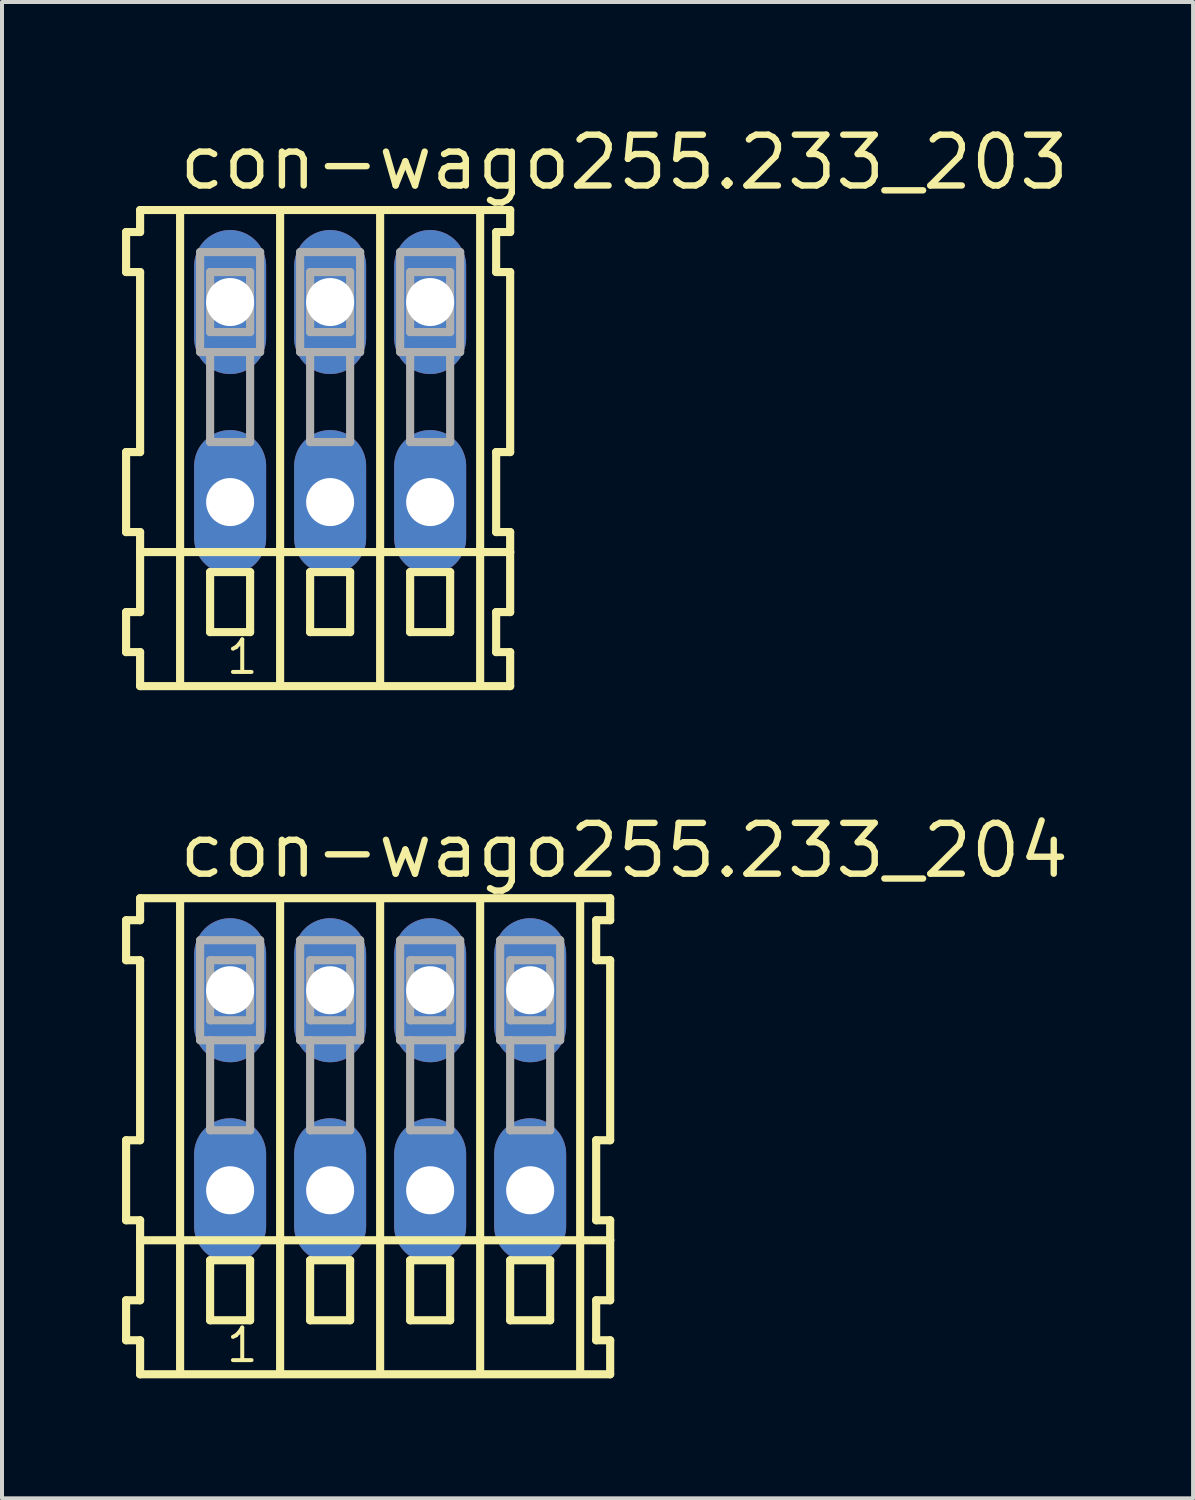
<source format=kicad_pcb>
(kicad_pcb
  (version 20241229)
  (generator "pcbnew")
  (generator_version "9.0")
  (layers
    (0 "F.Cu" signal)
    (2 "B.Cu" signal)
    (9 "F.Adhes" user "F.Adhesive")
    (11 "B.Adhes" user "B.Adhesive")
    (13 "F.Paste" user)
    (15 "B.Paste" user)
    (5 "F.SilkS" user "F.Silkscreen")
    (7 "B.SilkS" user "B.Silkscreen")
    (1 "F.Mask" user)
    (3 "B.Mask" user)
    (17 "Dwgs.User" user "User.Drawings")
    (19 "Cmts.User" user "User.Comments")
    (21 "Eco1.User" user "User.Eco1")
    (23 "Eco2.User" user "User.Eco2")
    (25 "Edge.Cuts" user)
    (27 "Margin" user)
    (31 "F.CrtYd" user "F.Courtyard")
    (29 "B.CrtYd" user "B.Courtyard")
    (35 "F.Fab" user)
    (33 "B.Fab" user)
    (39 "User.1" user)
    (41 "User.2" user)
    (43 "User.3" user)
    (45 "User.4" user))
  (footprint "con-wago255.233_203"
    (layer "F.Cu")
    (at 5.202 7)
    (property "Reference" "con-wago255.233_203" (at -3.85 -5.25 0) (layer "F.SilkS") (effects (font (size 1.27 1.27) (thickness 0.16)) (justify left bottom)))
    (attr through_hole)
    (fp_line (start -5.1 -4.25) (end -5.1 -3.25) (stroke (width 0.203) (type default)) (layer "F.SilkS"))
    (fp_line (start -5.1 -3.25) (end -4.75 -3.25) (stroke (width 0.203) (type default)) (layer "F.SilkS"))
    (fp_line (start -5.1 1.25) (end -5.1 3.25) (stroke (width 0.203) (type default)) (layer "F.SilkS"))
    (fp_line (start -5.1 3.25) (end -4.75 3.25) (stroke (width 0.203) (type default)) (layer "F.SilkS"))
    (fp_line (start -5.1 5.25) (end -5.1 6.25) (stroke (width 0.203) (type default)) (layer "F.SilkS"))
    (fp_line (start -5.1 6.25) (end -4.75 6.25) (stroke (width 0.203) (type default)) (layer "F.SilkS"))
    (fp_line (start -4.75 -4.8) (end -4.75 -4.25) (stroke (width 0.203) (type default)) (layer "F.SilkS"))
    (fp_line (start -4.75 -4.25) (end -5.1 -4.25) (stroke (width 0.203) (type default)) (layer "F.SilkS"))
    (fp_line (start -4.75 -3.25) (end -4.75 1.25) (stroke (width 0.203) (type default)) (layer "F.SilkS"))
    (fp_line (start -4.75 1.25) (end -5.1 1.25) (stroke (width 0.203) (type default)) (layer "F.SilkS"))
    (fp_line (start -4.75 3.25) (end -4.75 5.25) (stroke (width 0.203) (type default)) (layer "F.SilkS"))
    (fp_line (start -4.75 3.75) (end 4.5 3.75) (stroke (width 0.203) (type default)) (layer "F.SilkS"))
    (fp_line (start -4.75 5.25) (end -5.1 5.25) (stroke (width 0.203) (type default)) (layer "F.SilkS"))
    (fp_line (start -4.75 6.25) (end -4.75 7.1) (stroke (width 0.203) (type default)) (layer "F.SilkS"))
    (fp_line (start -4.75 7.1) (end 4.5 7.1) (stroke (width 0.203) (type default)) (layer "F.SilkS"))
    (fp_line (start -3.75 -4.75) (end -3.75 7) (stroke (width 0.203) (type default)) (layer "F.SilkS"))
    (fp_line (start -3 4.25) (end -3 5.75) (stroke (width 0.203) (type default)) (layer "F.SilkS"))
    (fp_line (start -3 5.75) (end -2 5.75) (stroke (width 0.203) (type default)) (layer "F.SilkS"))
    (fp_line (start -2 4.25) (end -3 4.25) (stroke (width 0.203) (type default)) (layer "F.SilkS"))
    (fp_line (start -2 5.75) (end -2 4.25) (stroke (width 0.203) (type default)) (layer "F.SilkS"))
    (fp_line (start -1.25 -4.75) (end -1.25 7) (stroke (width 0.203) (type default)) (layer "F.SilkS"))
    (fp_line (start -0.5 4.25) (end -0.5 5.75) (stroke (width 0.203) (type default)) (layer "F.SilkS"))
    (fp_line (start -0.5 5.75) (end 0.5 5.75) (stroke (width 0.203) (type default)) (layer "F.SilkS"))
    (fp_line (start 0.5 4.25) (end -0.5 4.25) (stroke (width 0.203) (type default)) (layer "F.SilkS"))
    (fp_line (start 0.5 5.75) (end 0.5 4.25) (stroke (width 0.203) (type default)) (layer "F.SilkS"))
    (fp_line (start 1.25 -4.75) (end 1.25 7) (stroke (width 0.203) (type default)) (layer "F.SilkS"))
    (fp_line (start 2 4.25) (end 2 5.75) (stroke (width 0.203) (type default)) (layer "F.SilkS"))
    (fp_line (start 2 5.75) (end 3 5.75) (stroke (width 0.203) (type default)) (layer "F.SilkS"))
    (fp_line (start 3 4.25) (end 2 4.25) (stroke (width 0.203) (type default)) (layer "F.SilkS"))
    (fp_line (start 3 5.75) (end 3 4.25) (stroke (width 0.203) (type default)) (layer "F.SilkS"))
    (fp_line (start 3.75 -4.75) (end 3.75 7) (stroke (width 0.203) (type default)) (layer "F.SilkS"))
    (fp_line (start 4.15 -4.25) (end 4.15 -3.25) (stroke (width 0.203) (type default)) (layer "F.SilkS"))
    (fp_line (start 4.15 -3.25) (end 4.5 -3.25) (stroke (width 0.203) (type default)) (layer "F.SilkS"))
    (fp_line (start 4.15 1.25) (end 4.15 3.25) (stroke (width 0.203) (type default)) (layer "F.SilkS"))
    (fp_line (start 4.15 3.25) (end 4.5 3.25) (stroke (width 0.203) (type default)) (layer "F.SilkS"))
    (fp_line (start 4.15 5.25) (end 4.15 6.25) (stroke (width 0.203) (type default)) (layer "F.SilkS"))
    (fp_line (start 4.15 6.25) (end 4.5 6.25) (stroke (width 0.203) (type default)) (layer "F.SilkS"))
    (fp_line (start 4.5 -4.8) (end -4.75 -4.8) (stroke (width 0.203) (type default)) (layer "F.SilkS"))
    (fp_line (start 4.5 -4.25) (end 4.15 -4.25) (stroke (width 0.203) (type default)) (layer "F.SilkS"))
    (fp_line (start 4.5 -4.25) (end 4.5 -4.8) (stroke (width 0.203) (type default)) (layer "F.SilkS"))
    (fp_line (start 4.5 1.25) (end 4.15 1.25) (stroke (width 0.203) (type default)) (layer "F.SilkS"))
    (fp_line (start 4.5 1.25) (end 4.5 -3.25) (stroke (width 0.203) (type default)) (layer "F.SilkS"))
    (fp_line (start 4.5 3.75) (end 4.5 3.25) (stroke (width 0.203) (type default)) (layer "F.SilkS"))
    (fp_line (start 4.5 5.25) (end 4.15 5.25) (stroke (width 0.203) (type default)) (layer "F.SilkS"))
    (fp_line (start 4.5 5.25) (end 4.5 3.75) (stroke (width 0.203) (type default)) (layer "F.SilkS"))
    (fp_line (start 4.5 7.1) (end 4.5 6.25) (stroke (width 0.203) (type default)) (layer "F.SilkS"))
    (fp_line (start -3.25 -3.75) (end -3.25 -1.25) (stroke (width 0.203) (type default)) (layer "F.Fab"))
    (fp_line (start -3.25 -1.25) (end -3 -1.25) (stroke (width 0.203) (type default)) (layer "F.Fab"))
    (fp_line (start -3 -3.25) (end -3 -1.75) (stroke (width 0.203) (type default)) (layer "F.Fab"))
    (fp_line (start -3 -1.75) (end -2 -1.75) (stroke (width 0.203) (type default)) (layer "F.Fab"))
    (fp_line (start -3 -1.25) (end -3 1) (stroke (width 0.203) (type default)) (layer "F.Fab"))
    (fp_line (start -3 -1.25) (end -2 -1.25) (stroke (width 0.203) (type default)) (layer "F.Fab"))
    (fp_line (start -3 1) (end -2 1) (stroke (width 0.203) (type default)) (layer "F.Fab"))
    (fp_line (start -2 -3.25) (end -3 -3.25) (stroke (width 0.203) (type default)) (layer "F.Fab"))
    (fp_line (start -2 -1.75) (end -2 -3.25) (stroke (width 0.203) (type default)) (layer "F.Fab"))
    (fp_line (start -2 -1.25) (end -1.75 -1.25) (stroke (width 0.203) (type default)) (layer "F.Fab"))
    (fp_line (start -2 1) (end -2 -1.25) (stroke (width 0.203) (type default)) (layer "F.Fab"))
    (fp_line (start -1.75 -3.75) (end -3.25 -3.75) (stroke (width 0.203) (type default)) (layer "F.Fab"))
    (fp_line (start -1.75 -1.25) (end -1.75 -3.75) (stroke (width 0.203) (type default)) (layer "F.Fab"))
    (fp_line (start -0.75 -3.75) (end -0.75 -1.25) (stroke (width 0.203) (type default)) (layer "F.Fab"))
    (fp_line (start -0.75 -1.25) (end -0.5 -1.25) (stroke (width 0.203) (type default)) (layer "F.Fab"))
    (fp_line (start -0.5 -3.25) (end -0.5 -1.75) (stroke (width 0.203) (type default)) (layer "F.Fab"))
    (fp_line (start -0.5 -1.75) (end 0.5 -1.75) (stroke (width 0.203) (type default)) (layer "F.Fab"))
    (fp_line (start -0.5 -1.25) (end -0.5 1) (stroke (width 0.203) (type default)) (layer "F.Fab"))
    (fp_line (start -0.5 -1.25) (end 0.5 -1.25) (stroke (width 0.203) (type default)) (layer "F.Fab"))
    (fp_line (start -0.5 1) (end 0.5 1) (stroke (width 0.203) (type default)) (layer "F.Fab"))
    (fp_line (start 0.5 -3.25) (end -0.5 -3.25) (stroke (width 0.203) (type default)) (layer "F.Fab"))
    (fp_line (start 0.5 -1.75) (end 0.5 -3.25) (stroke (width 0.203) (type default)) (layer "F.Fab"))
    (fp_line (start 0.5 -1.25) (end 0.75 -1.25) (stroke (width 0.203) (type default)) (layer "F.Fab"))
    (fp_line (start 0.5 1) (end 0.5 -1.25) (stroke (width 0.203) (type default)) (layer "F.Fab"))
    (fp_line (start 0.75 -3.75) (end -0.75 -3.75) (stroke (width 0.203) (type default)) (layer "F.Fab"))
    (fp_line (start 0.75 -1.25) (end 0.75 -3.75) (stroke (width 0.203) (type default)) (layer "F.Fab"))
    (fp_line (start 1.75 -3.75) (end 1.75 -1.25) (stroke (width 0.203) (type default)) (layer "F.Fab"))
    (fp_line (start 1.75 -1.25) (end 2 -1.25) (stroke (width 0.203) (type default)) (layer "F.Fab"))
    (fp_line (start 2 -3.25) (end 2 -1.75) (stroke (width 0.203) (type default)) (layer "F.Fab"))
    (fp_line (start 2 -1.75) (end 3 -1.75) (stroke (width 0.203) (type default)) (layer "F.Fab"))
    (fp_line (start 2 -1.25) (end 2 1) (stroke (width 0.203) (type default)) (layer "F.Fab"))
    (fp_line (start 2 -1.25) (end 3 -1.25) (stroke (width 0.203) (type default)) (layer "F.Fab"))
    (fp_line (start 2 1) (end 3 1) (stroke (width 0.203) (type default)) (layer "F.Fab"))
    (fp_line (start 3 -3.25) (end 2 -3.25) (stroke (width 0.203) (type default)) (layer "F.Fab"))
    (fp_line (start 3 -1.75) (end 3 -3.25) (stroke (width 0.203) (type default)) (layer "F.Fab"))
    (fp_line (start 3 -1.25) (end 3.25 -1.25) (stroke (width 0.203) (type default)) (layer "F.Fab"))
    (fp_line (start 3 1) (end 3 -1.25) (stroke (width 0.203) (type default)) (layer "F.Fab"))
    (fp_line (start 3.25 -3.75) (end 1.75 -3.75) (stroke (width 0.203) (type default)) (layer "F.Fab"))
    (fp_line (start 3.25 -1.25) (end 3.25 -3.75) (stroke (width 0.203) (type default)) (layer "F.Fab"))
    (fp_text user "1" (at -2.65 6.85 0) (layer "F.SilkS") (effects (font (size 0.813 0.813) (thickness 0.1)) (justify left bottom)))
    (pad "A1" thru_hole oval (at -2.5 -2.5 90) (size 3.6 1.8) (drill 1.2) (layers "*.Cu" "*.Mask"))
    (pad "A2" thru_hole oval (at 0 -2.5 90) (size 3.6 1.8) (drill 1.2) (layers "*.Cu" "*.Mask"))
    (pad "A3" thru_hole oval (at 2.5 -2.5 90) (size 3.6 1.8) (drill 1.2) (layers "*.Cu" "*.Mask"))
    (pad "B1" thru_hole oval (at -2.5 2.5 90) (size 3.6 1.8) (drill 1.2) (layers "*.Cu" "*.Mask"))
    (pad "B2" thru_hole oval (at 0 2.5 90) (size 3.6 1.8) (drill 1.2) (layers "*.Cu" "*.Mask"))
    (pad "B3" thru_hole oval (at 2.5 2.5 90) (size 3.6 1.8) (drill 1.2) (layers "*.Cu" "*.Mask")))
  (footprint "con-wago255.233_204"
    (layer "F.Cu")
    (at 6.452 24.202)
    (property "Reference" "con-wago255.233_204" (at -5.1 -5.25 0) (layer "F.SilkS") (effects (font (size 1.27 1.27) (thickness 0.16)) (justify left bottom)))
    (attr through_hole)
    (fp_line (start -6.35 -4.25) (end -6.35 -3.25) (stroke (width 0.203) (type default)) (layer "F.SilkS"))
    (fp_line (start -6.35 -3.25) (end -6 -3.25) (stroke (width 0.203) (type default)) (layer "F.SilkS"))
    (fp_line (start -6.35 1.25) (end -6.35 3.25) (stroke (width 0.203) (type default)) (layer "F.SilkS"))
    (fp_line (start -6.35 3.25) (end -6 3.25) (stroke (width 0.203) (type default)) (layer "F.SilkS"))
    (fp_line (start -6.35 5.25) (end -6.35 6.25) (stroke (width 0.203) (type default)) (layer "F.SilkS"))
    (fp_line (start -6.35 6.25) (end -6 6.25) (stroke (width 0.203) (type default)) (layer "F.SilkS"))
    (fp_line (start -6 -4.8) (end -6 -4.25) (stroke (width 0.203) (type default)) (layer "F.SilkS"))
    (fp_line (start -6 -4.25) (end -6.35 -4.25) (stroke (width 0.203) (type default)) (layer "F.SilkS"))
    (fp_line (start -6 -3.25) (end -6 1.25) (stroke (width 0.203) (type default)) (layer "F.SilkS"))
    (fp_line (start -6 1.25) (end -6.35 1.25) (stroke (width 0.203) (type default)) (layer "F.SilkS"))
    (fp_line (start -6 3.25) (end -6 5.25) (stroke (width 0.203) (type default)) (layer "F.SilkS"))
    (fp_line (start -6 3.75) (end 5.75 3.75) (stroke (width 0.203) (type default)) (layer "F.SilkS"))
    (fp_line (start -6 5.25) (end -6.35 5.25) (stroke (width 0.203) (type default)) (layer "F.SilkS"))
    (fp_line (start -6 6.25) (end -6 7.1) (stroke (width 0.203) (type default)) (layer "F.SilkS"))
    (fp_line (start -6 7.1) (end 5.75 7.1) (stroke (width 0.203) (type default)) (layer "F.SilkS"))
    (fp_line (start -5 -4.75) (end -5 7) (stroke (width 0.203) (type default)) (layer "F.SilkS"))
    (fp_line (start -4.25 4.25) (end -4.25 5.75) (stroke (width 0.203) (type default)) (layer "F.SilkS"))
    (fp_line (start -4.25 5.75) (end -3.25 5.75) (stroke (width 0.203) (type default)) (layer "F.SilkS"))
    (fp_line (start -3.25 4.25) (end -4.25 4.25) (stroke (width 0.203) (type default)) (layer "F.SilkS"))
    (fp_line (start -3.25 5.75) (end -3.25 4.25) (stroke (width 0.203) (type default)) (layer "F.SilkS"))
    (fp_line (start -2.5 -4.75) (end -2.5 7) (stroke (width 0.203) (type default)) (layer "F.SilkS"))
    (fp_line (start -1.75 4.25) (end -1.75 5.75) (stroke (width 0.203) (type default)) (layer "F.SilkS"))
    (fp_line (start -1.75 5.75) (end -0.75 5.75) (stroke (width 0.203) (type default)) (layer "F.SilkS"))
    (fp_line (start -0.75 4.25) (end -1.75 4.25) (stroke (width 0.203) (type default)) (layer "F.SilkS"))
    (fp_line (start -0.75 5.75) (end -0.75 4.25) (stroke (width 0.203) (type default)) (layer "F.SilkS"))
    (fp_line (start 0 -4.75) (end 0 7) (stroke (width 0.203) (type default)) (layer "F.SilkS"))
    (fp_line (start 0.75 4.25) (end 0.75 5.75) (stroke (width 0.203) (type default)) (layer "F.SilkS"))
    (fp_line (start 0.75 5.75) (end 1.75 5.75) (stroke (width 0.203) (type default)) (layer "F.SilkS"))
    (fp_line (start 1.75 4.25) (end 0.75 4.25) (stroke (width 0.203) (type default)) (layer "F.SilkS"))
    (fp_line (start 1.75 5.75) (end 1.75 4.25) (stroke (width 0.203) (type default)) (layer "F.SilkS"))
    (fp_line (start 2.5 -4.75) (end 2.5 7) (stroke (width 0.203) (type default)) (layer "F.SilkS"))
    (fp_line (start 3.25 4.25) (end 3.25 5.75) (stroke (width 0.203) (type default)) (layer "F.SilkS"))
    (fp_line (start 3.25 5.75) (end 4.25 5.75) (stroke (width 0.203) (type default)) (layer "F.SilkS"))
    (fp_line (start 4.25 4.25) (end 3.25 4.25) (stroke (width 0.203) (type default)) (layer "F.SilkS"))
    (fp_line (start 4.25 5.75) (end 4.25 4.25) (stroke (width 0.203) (type default)) (layer "F.SilkS"))
    (fp_line (start 5 -4.75) (end 5 7) (stroke (width 0.203) (type default)) (layer "F.SilkS"))
    (fp_line (start 5.4 -4.25) (end 5.4 -3.25) (stroke (width 0.203) (type default)) (layer "F.SilkS"))
    (fp_line (start 5.4 -3.25) (end 5.75 -3.25) (stroke (width 0.203) (type default)) (layer "F.SilkS"))
    (fp_line (start 5.4 1.25) (end 5.4 3.25) (stroke (width 0.203) (type default)) (layer "F.SilkS"))
    (fp_line (start 5.4 3.25) (end 5.75 3.25) (stroke (width 0.203) (type default)) (layer "F.SilkS"))
    (fp_line (start 5.4 5.25) (end 5.4 6.25) (stroke (width 0.203) (type default)) (layer "F.SilkS"))
    (fp_line (start 5.4 6.25) (end 5.75 6.25) (stroke (width 0.203) (type default)) (layer "F.SilkS"))
    (fp_line (start 5.75 -4.8) (end -6 -4.8) (stroke (width 0.203) (type default)) (layer "F.SilkS"))
    (fp_line (start 5.75 -4.25) (end 5.4 -4.25) (stroke (width 0.203) (type default)) (layer "F.SilkS"))
    (fp_line (start 5.75 -4.25) (end 5.75 -4.8) (stroke (width 0.203) (type default)) (layer "F.SilkS"))
    (fp_line (start 5.75 1.25) (end 5.4 1.25) (stroke (width 0.203) (type default)) (layer "F.SilkS"))
    (fp_line (start 5.75 1.25) (end 5.75 -3.25) (stroke (width 0.203) (type default)) (layer "F.SilkS"))
    (fp_line (start 5.75 3.75) (end 5.75 3.25) (stroke (width 0.203) (type default)) (layer "F.SilkS"))
    (fp_line (start 5.75 5.25) (end 5.4 5.25) (stroke (width 0.203) (type default)) (layer "F.SilkS"))
    (fp_line (start 5.75 5.25) (end 5.75 3.75) (stroke (width 0.203) (type default)) (layer "F.SilkS"))
    (fp_line (start 5.75 7.1) (end 5.75 6.25) (stroke (width 0.203) (type default)) (layer "F.SilkS"))
    (fp_line (start -4.5 -3.75) (end -4.5 -1.25) (stroke (width 0.203) (type default)) (layer "F.Fab"))
    (fp_line (start -4.5 -1.25) (end -4.25 -1.25) (stroke (width 0.203) (type default)) (layer "F.Fab"))
    (fp_line (start -4.25 -3.25) (end -4.25 -1.75) (stroke (width 0.203) (type default)) (layer "F.Fab"))
    (fp_line (start -4.25 -1.75) (end -3.25 -1.75) (stroke (width 0.203) (type default)) (layer "F.Fab"))
    (fp_line (start -4.25 -1.25) (end -4.25 1) (stroke (width 0.203) (type default)) (layer "F.Fab"))
    (fp_line (start -4.25 -1.25) (end -3.25 -1.25) (stroke (width 0.203) (type default)) (layer "F.Fab"))
    (fp_line (start -4.25 1) (end -3.25 1) (stroke (width 0.203) (type default)) (layer "F.Fab"))
    (fp_line (start -3.25 -3.25) (end -4.25 -3.25) (stroke (width 0.203) (type default)) (layer "F.Fab"))
    (fp_line (start -3.25 -1.75) (end -3.25 -3.25) (stroke (width 0.203) (type default)) (layer "F.Fab"))
    (fp_line (start -3.25 -1.25) (end -3 -1.25) (stroke (width 0.203) (type default)) (layer "F.Fab"))
    (fp_line (start -3.25 1) (end -3.25 -1.25) (stroke (width 0.203) (type default)) (layer "F.Fab"))
    (fp_line (start -3 -3.75) (end -4.5 -3.75) (stroke (width 0.203) (type default)) (layer "F.Fab"))
    (fp_line (start -3 -1.25) (end -3 -3.75) (stroke (width 0.203) (type default)) (layer "F.Fab"))
    (fp_line (start -2 -3.75) (end -2 -1.25) (stroke (width 0.203) (type default)) (layer "F.Fab"))
    (fp_line (start -2 -1.25) (end -1.75 -1.25) (stroke (width 0.203) (type default)) (layer "F.Fab"))
    (fp_line (start -1.75 -3.25) (end -1.75 -1.75) (stroke (width 0.203) (type default)) (layer "F.Fab"))
    (fp_line (start -1.75 -1.75) (end -0.75 -1.75) (stroke (width 0.203) (type default)) (layer "F.Fab"))
    (fp_line (start -1.75 -1.25) (end -1.75 1) (stroke (width 0.203) (type default)) (layer "F.Fab"))
    (fp_line (start -1.75 -1.25) (end -0.75 -1.25) (stroke (width 0.203) (type default)) (layer "F.Fab"))
    (fp_line (start -1.75 1) (end -0.75 1) (stroke (width 0.203) (type default)) (layer "F.Fab"))
    (fp_line (start -0.75 -3.25) (end -1.75 -3.25) (stroke (width 0.203) (type default)) (layer "F.Fab"))
    (fp_line (start -0.75 -1.75) (end -0.75 -3.25) (stroke (width 0.203) (type default)) (layer "F.Fab"))
    (fp_line (start -0.75 -1.25) (end -0.5 -1.25) (stroke (width 0.203) (type default)) (layer "F.Fab"))
    (fp_line (start -0.75 1) (end -0.75 -1.25) (stroke (width 0.203) (type default)) (layer "F.Fab"))
    (fp_line (start -0.5 -3.75) (end -2 -3.75) (stroke (width 0.203) (type default)) (layer "F.Fab"))
    (fp_line (start -0.5 -1.25) (end -0.5 -3.75) (stroke (width 0.203) (type default)) (layer "F.Fab"))
    (fp_line (start 0.5 -3.75) (end 0.5 -1.25) (stroke (width 0.203) (type default)) (layer "F.Fab"))
    (fp_line (start 0.5 -1.25) (end 0.75 -1.25) (stroke (width 0.203) (type default)) (layer "F.Fab"))
    (fp_line (start 0.75 -3.25) (end 0.75 -1.75) (stroke (width 0.203) (type default)) (layer "F.Fab"))
    (fp_line (start 0.75 -1.75) (end 1.75 -1.75) (stroke (width 0.203) (type default)) (layer "F.Fab"))
    (fp_line (start 0.75 -1.25) (end 0.75 1) (stroke (width 0.203) (type default)) (layer "F.Fab"))
    (fp_line (start 0.75 -1.25) (end 1.75 -1.25) (stroke (width 0.203) (type default)) (layer "F.Fab"))
    (fp_line (start 0.75 1) (end 1.75 1) (stroke (width 0.203) (type default)) (layer "F.Fab"))
    (fp_line (start 1.75 -3.25) (end 0.75 -3.25) (stroke (width 0.203) (type default)) (layer "F.Fab"))
    (fp_line (start 1.75 -1.75) (end 1.75 -3.25) (stroke (width 0.203) (type default)) (layer "F.Fab"))
    (fp_line (start 1.75 -1.25) (end 2 -1.25) (stroke (width 0.203) (type default)) (layer "F.Fab"))
    (fp_line (start 1.75 1) (end 1.75 -1.25) (stroke (width 0.203) (type default)) (layer "F.Fab"))
    (fp_line (start 2 -3.75) (end 0.5 -3.75) (stroke (width 0.203) (type default)) (layer "F.Fab"))
    (fp_line (start 2 -1.25) (end 2 -3.75) (stroke (width 0.203) (type default)) (layer "F.Fab"))
    (fp_line (start 3 -3.75) (end 3 -1.25) (stroke (width 0.203) (type default)) (layer "F.Fab"))
    (fp_line (start 3 -1.25) (end 3.25 -1.25) (stroke (width 0.203) (type default)) (layer "F.Fab"))
    (fp_line (start 3.25 -3.25) (end 3.25 -1.75) (stroke (width 0.203) (type default)) (layer "F.Fab"))
    (fp_line (start 3.25 -1.75) (end 4.25 -1.75) (stroke (width 0.203) (type default)) (layer "F.Fab"))
    (fp_line (start 3.25 -1.25) (end 3.25 1) (stroke (width 0.203) (type default)) (layer "F.Fab"))
    (fp_line (start 3.25 -1.25) (end 4.25 -1.25) (stroke (width 0.203) (type default)) (layer "F.Fab"))
    (fp_line (start 3.25 1) (end 4.25 1) (stroke (width 0.203) (type default)) (layer "F.Fab"))
    (fp_line (start 4.25 -3.25) (end 3.25 -3.25) (stroke (width 0.203) (type default)) (layer "F.Fab"))
    (fp_line (start 4.25 -1.75) (end 4.25 -3.25) (stroke (width 0.203) (type default)) (layer "F.Fab"))
    (fp_line (start 4.25 -1.25) (end 4.5 -1.25) (stroke (width 0.203) (type default)) (layer "F.Fab"))
    (fp_line (start 4.25 1) (end 4.25 -1.25) (stroke (width 0.203) (type default)) (layer "F.Fab"))
    (fp_line (start 4.5 -3.75) (end 3 -3.75) (stroke (width 0.203) (type default)) (layer "F.Fab"))
    (fp_line (start 4.5 -1.25) (end 4.5 -3.75) (stroke (width 0.203) (type default)) (layer "F.Fab"))
    (fp_text user "1" (at -3.9 6.85 0) (layer "F.SilkS") (effects (font (size 0.813 0.813) (thickness 0.1)) (justify left bottom)))
    (pad "A1" thru_hole oval (at -3.75 -2.5 90) (size 3.6 1.8) (drill 1.2) (layers "*.Cu" "*.Mask"))
    (pad "A2" thru_hole oval (at -1.25 -2.5 90) (size 3.6 1.8) (drill 1.2) (layers "*.Cu" "*.Mask"))
    (pad "A3" thru_hole oval (at 1.25 -2.5 90) (size 3.6 1.8) (drill 1.2) (layers "*.Cu" "*.Mask"))
    (pad "A4" thru_hole oval (at 3.75 -2.5 90) (size 3.6 1.8) (drill 1.2) (layers "*.Cu" "*.Mask"))
    (pad "B1" thru_hole oval (at -3.75 2.5 90) (size 3.6 1.8) (drill 1.2) (layers "*.Cu" "*.Mask"))
    (pad "B2" thru_hole oval (at -1.25 2.5 90) (size 3.6 1.8) (drill 1.2) (layers "*.Cu" "*.Mask"))
    (pad "B3" thru_hole oval (at 1.25 2.5 90) (size 3.6 1.8) (drill 1.2) (layers "*.Cu" "*.Mask"))
    (pad "B4" thru_hole oval (at 3.75 2.5 90) (size 3.6 1.8) (drill 1.2) (layers "*.Cu" "*.Mask")))
  (gr_rect
    (start -3 -3)
    (end 26.772 34.403)
    (stroke (width 0.1) (type default))
    (fill no)
    (layer "Edge.Cuts")))
</source>
